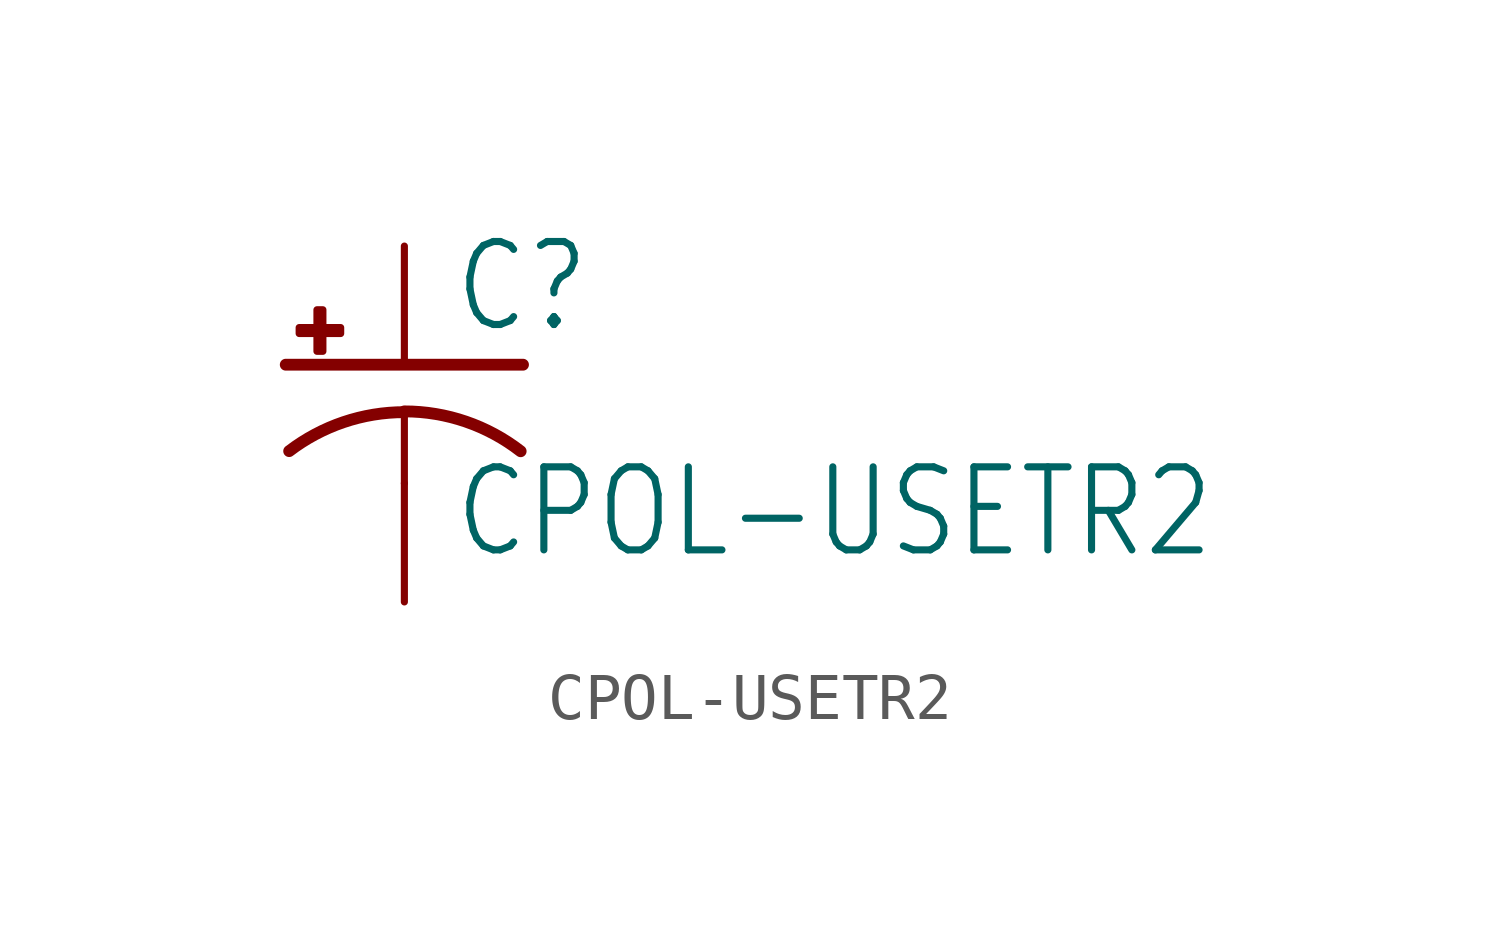
<source format=kicad_sym>
(kicad_symbol_lib
  (version 20220914)
  (generator kicad_symbol_editor)
  (symbol "CPOL-USETR2"
    (property "Reference" "C"
      (at 1.016 0.635 0)
      (effects (font (size 1.778 1.511)) (justify left bottom)))
    (property "Value" "CPOL-USETR2"
      (at 1.016 -4.191 0)
      (effects (font (size 1.778 1.511)) (justify left bottom)))
    (property "ki_locked" ""
      (at 0 0 0)
      (effects (font (size 1.27 1.27))))
    (symbol "CPOL-USETR2_1_0"
      (rectangle (start -2.253 0.668) (end -1.364 0.795) (stroke (width 0) (type default)) (fill (type outline)))
      (rectangle (start -1.872 0.287) (end -1.745 1.176) (stroke (width 0) (type default)) (fill (type outline)))
      (arc (start 0 -1.0161) (mid -1.3021 -1.2302) (end -2.4669 -1.8504) (stroke (width 0.254) (type default)) (fill (type none)))
      (polyline (pts (xy -2.54 0) (xy 2.54 0)) (stroke (width 0.254) (type default)) (fill (type none)))
      (polyline (pts (xy 0 -1.016) (xy 0 -2.54)) (stroke (width 0.152) (type default)) (fill (type none)))
      (arc (start 2.4892 -1.8542) (mid 1.3158 -1.2195) (end 0 -1) (stroke (width 0.254) (type default)) (fill (type none)))
      (pin passive line (at 0 2.54 270) (length 2.54) (name "+" (effects (font (size 0 0)))) (number "+" (effects (font (size 0 0)))))
      (pin passive line (at 0 -5.08 90) (length 2.54) (name "-" (effects (font (size 0 0)))) (number "-" (effects (font (size 0 0))))))))
</source>
